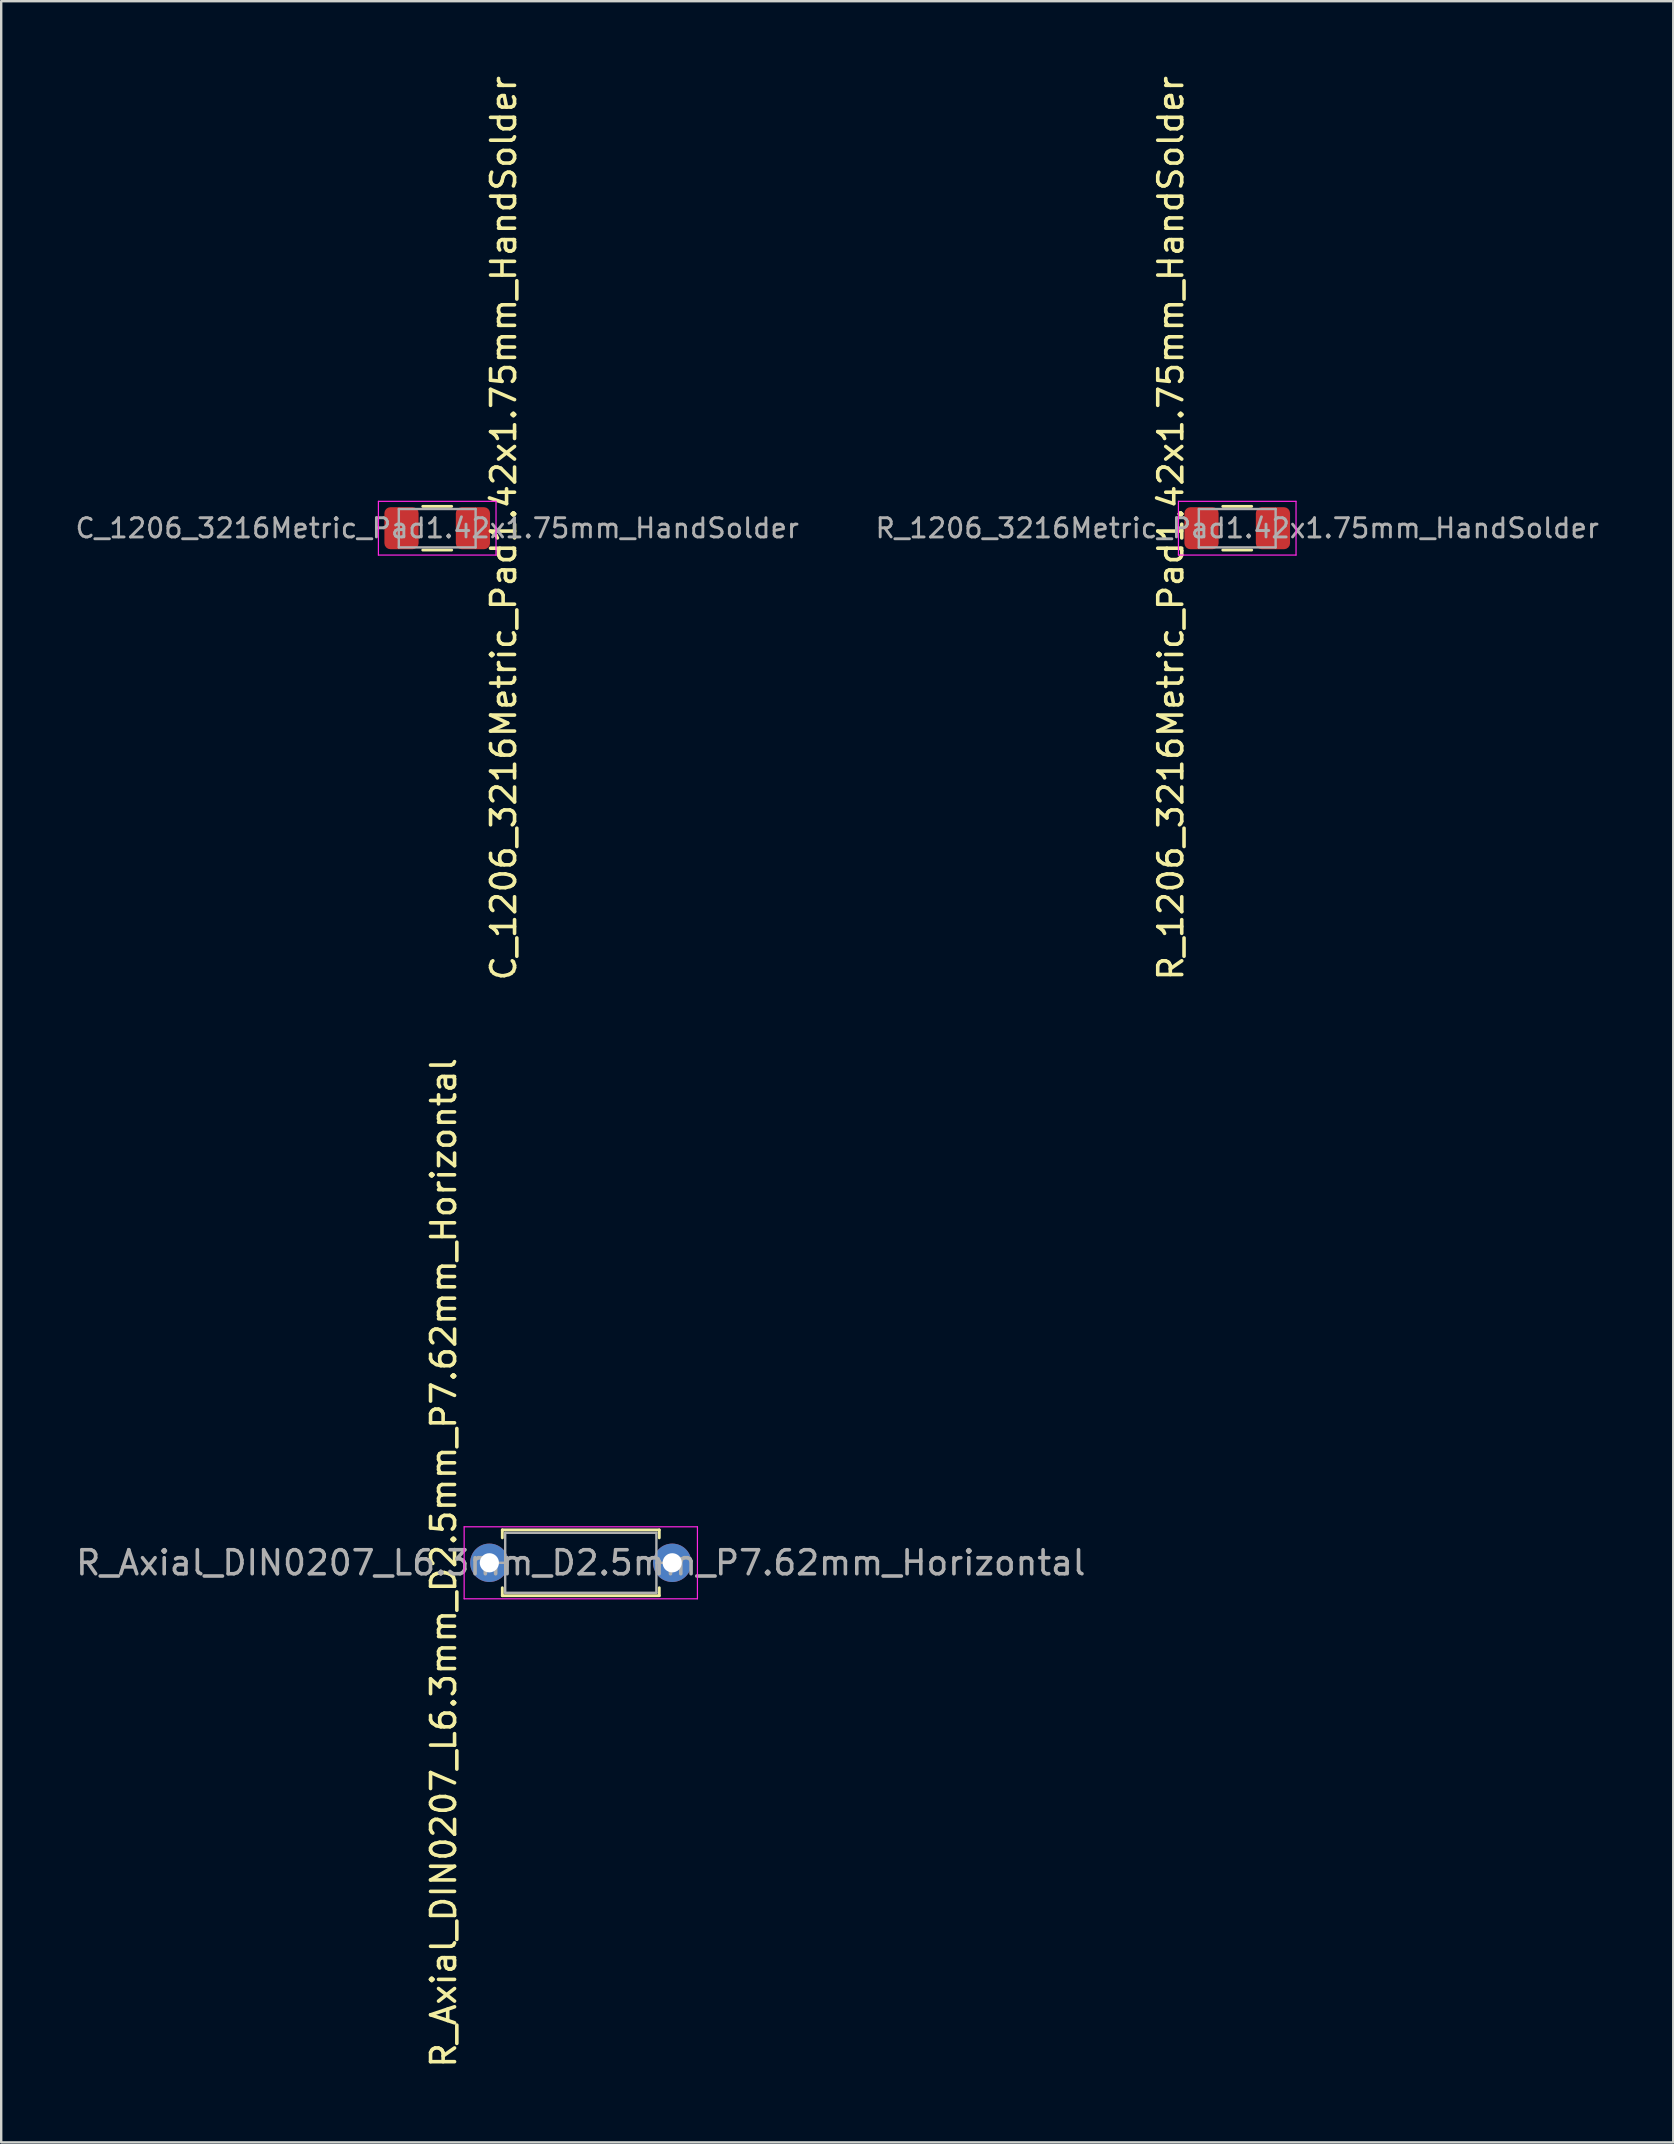
<source format=kicad_pcb>
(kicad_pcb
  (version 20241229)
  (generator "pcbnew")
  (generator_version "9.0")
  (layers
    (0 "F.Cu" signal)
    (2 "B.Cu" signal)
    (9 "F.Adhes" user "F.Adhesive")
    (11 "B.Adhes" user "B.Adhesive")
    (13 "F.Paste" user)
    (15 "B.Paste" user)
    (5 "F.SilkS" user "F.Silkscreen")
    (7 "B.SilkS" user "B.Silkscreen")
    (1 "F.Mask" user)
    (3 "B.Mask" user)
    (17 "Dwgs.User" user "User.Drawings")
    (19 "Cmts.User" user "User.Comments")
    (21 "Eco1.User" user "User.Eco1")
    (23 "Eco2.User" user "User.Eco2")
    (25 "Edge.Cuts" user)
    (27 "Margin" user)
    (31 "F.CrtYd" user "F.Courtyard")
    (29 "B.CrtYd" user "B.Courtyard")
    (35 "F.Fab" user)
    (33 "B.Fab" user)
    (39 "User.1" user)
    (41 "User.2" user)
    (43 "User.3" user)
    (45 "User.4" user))
  (footprint "R_Axial_DIN0207_L6.3mm_D2.5mm_P7.62mm_Horizontal"
    (layer "F.Cu")
    (at 17.339 62.065)
    (property "Reference" "R_Axial_DIN0207_L6.3mm_D2.5mm_P7.62mm_Horizontal" (at -1.905 0 270) (layer "F.SilkS") (effects (font (size 1 1) (thickness 0.15))))
    (attr through_hole)
    (fp_line (start 0.54 -1.37) (end 7.08 -1.37) (stroke (width 0.12) (type solid)) (layer "F.SilkS"))
    (fp_line (start 0.54 -1.04) (end 0.54 -1.37) (stroke (width 0.12) (type solid)) (layer "F.SilkS"))
    (fp_line (start 0.54 1.04) (end 0.54 1.37) (stroke (width 0.12) (type solid)) (layer "F.SilkS"))
    (fp_line (start 0.54 1.37) (end 7.08 1.37) (stroke (width 0.12) (type solid)) (layer "F.SilkS"))
    (fp_line (start 7.08 -1.37) (end 7.08 -1.04) (stroke (width 0.12) (type solid)) (layer "F.SilkS"))
    (fp_line (start 7.08 1.37) (end 7.08 1.04) (stroke (width 0.12) (type solid)) (layer "F.SilkS"))
    (fp_line (start -1.05 -1.5) (end -1.05 1.5) (stroke (width 0.05) (type solid)) (layer "F.CrtYd"))
    (fp_line (start -1.05 1.5) (end 8.67 1.5) (stroke (width 0.05) (type solid)) (layer "F.CrtYd"))
    (fp_line (start 8.67 -1.5) (end -1.05 -1.5) (stroke (width 0.05) (type solid)) (layer "F.CrtYd"))
    (fp_line (start 8.67 1.5) (end 8.67 -1.5) (stroke (width 0.05) (type solid)) (layer "F.CrtYd"))
    (fp_line (start 0 0) (end 0.66 0) (stroke (width 0.1) (type solid)) (layer "F.Fab"))
    (fp_line (start 0.66 -1.25) (end 0.66 1.25) (stroke (width 0.1) (type solid)) (layer "F.Fab"))
    (fp_line (start 0.66 1.25) (end 6.96 1.25) (stroke (width 0.1) (type solid)) (layer "F.Fab"))
    (fp_line (start 6.96 -1.25) (end 0.66 -1.25) (stroke (width 0.1) (type solid)) (layer "F.Fab"))
    (fp_line (start 6.96 1.25) (end 6.96 -1.25) (stroke (width 0.1) (type solid)) (layer "F.Fab"))
    (fp_line (start 7.62 0) (end 6.96 0) (stroke (width 0.1) (type solid)) (layer "F.Fab"))
    (fp_text user "${REFERENCE}" (at 3.81 0 0) (layer "F.Fab") (effects (font (size 1 1) (thickness 0.15))))
    (pad "1" thru_hole circle (at 0 0) (size 1.6 1.6) (drill 0.8) (layers "*.Cu" "*.Mask"))
    (pad "2" thru_hole oval (at 7.62 0) (size 1.6 1.6) (drill 0.8) (layers "*.Cu" "*.Mask")))
  (footprint "R_1206_3216Metric_Pad1.42x1.75mm_HandSolder"
    (layer "F.Cu")
    (at 48.5 18.958)
    (property "Reference" "R_1206_3216Metric_Pad1.42x1.75mm_HandSolder" (at -2.767 0 270) (layer "F.SilkS") (effects (font (size 1 1) (thickness 0.15))))
    (attr smd)
    (fp_line (start -0.602 -0.91) (end 0.602 -0.91) (stroke (width 0.12) (type solid)) (layer "F.SilkS"))
    (fp_line (start -0.602 0.91) (end 0.602 0.91) (stroke (width 0.12) (type solid)) (layer "F.SilkS"))
    (fp_line (start -2.45 -1.12) (end 2.45 -1.12) (stroke (width 0.05) (type solid)) (layer "F.CrtYd"))
    (fp_line (start -2.45 1.12) (end -2.45 -1.12) (stroke (width 0.05) (type solid)) (layer "F.CrtYd"))
    (fp_line (start 2.45 -1.12) (end 2.45 1.12) (stroke (width 0.05) (type solid)) (layer "F.CrtYd"))
    (fp_line (start 2.45 1.12) (end -2.45 1.12) (stroke (width 0.05) (type solid)) (layer "F.CrtYd"))
    (fp_line (start -1.6 -0.8) (end 1.6 -0.8) (stroke (width 0.1) (type solid)) (layer "F.Fab"))
    (fp_line (start -1.6 0.8) (end -1.6 -0.8) (stroke (width 0.1) (type solid)) (layer "F.Fab"))
    (fp_line (start 1.6 -0.8) (end 1.6 0.8) (stroke (width 0.1) (type solid)) (layer "F.Fab"))
    (fp_line (start 1.6 0.8) (end -1.6 0.8) (stroke (width 0.1) (type solid)) (layer "F.Fab"))
    (fp_text user "${REFERENCE}" (at 0 0 0) (layer "F.Fab") (effects (font (size 0.8 0.8) (thickness 0.12))))
    (pad "1" smd roundrect (at -1.488 0) (size 1.425 1.75) (layers "F.Cu" "F.Mask" "F.Paste") (roundrect_rratio 0.175))
    (pad "2" smd roundrect (at 1.488 0) (size 1.425 1.75) (layers "F.Cu" "F.Mask" "F.Paste") (roundrect_rratio 0.175)))
  (footprint "C_1206_3216Metric_Pad1.42x1.75mm_HandSolder"
    (layer "F.Cu")
    (at 15.167 18.958)
    (property "Reference" "C_1206_3216Metric_Pad1.42x1.75mm_HandSolder" (at 2.767 0 270) (layer "F.SilkS") (effects (font (size 1 1) (thickness 0.15))))
    (attr smd)
    (fp_line (start -0.602 -0.91) (end 0.602 -0.91) (stroke (width 0.12) (type solid)) (layer "F.SilkS"))
    (fp_line (start -0.602 0.91) (end 0.602 0.91) (stroke (width 0.12) (type solid)) (layer "F.SilkS"))
    (fp_line (start -2.45 -1.12) (end 2.45 -1.12) (stroke (width 0.05) (type solid)) (layer "F.CrtYd"))
    (fp_line (start -2.45 1.12) (end -2.45 -1.12) (stroke (width 0.05) (type solid)) (layer "F.CrtYd"))
    (fp_line (start 2.45 -1.12) (end 2.45 1.12) (stroke (width 0.05) (type solid)) (layer "F.CrtYd"))
    (fp_line (start 2.45 1.12) (end -2.45 1.12) (stroke (width 0.05) (type solid)) (layer "F.CrtYd"))
    (fp_line (start -1.6 -0.8) (end 1.6 -0.8) (stroke (width 0.1) (type solid)) (layer "F.Fab"))
    (fp_line (start -1.6 0.8) (end -1.6 -0.8) (stroke (width 0.1) (type solid)) (layer "F.Fab"))
    (fp_line (start 1.6 -0.8) (end 1.6 0.8) (stroke (width 0.1) (type solid)) (layer "F.Fab"))
    (fp_line (start 1.6 0.8) (end -1.6 0.8) (stroke (width 0.1) (type solid)) (layer "F.Fab"))
    (fp_text user "${REFERENCE}" (at 0 0 0) (layer "F.Fab") (effects (font (size 0.8 0.8) (thickness 0.12))))
    (pad "1" smd roundrect (at -1.488 0) (size 1.425 1.75) (layers "F.Cu" "F.Mask" "F.Paste") (roundrect_rratio 0.175))
    (pad "2" smd roundrect (at 1.488 0) (size 1.425 1.75) (layers "F.Cu" "F.Mask" "F.Paste") (roundrect_rratio 0.175)))
  (gr_rect
    (start -3 -3)
    (end 66.667 86.214)
    (stroke (width 0.1) (type default))
    (fill no)
    (layer "Edge.Cuts")))
</source>
